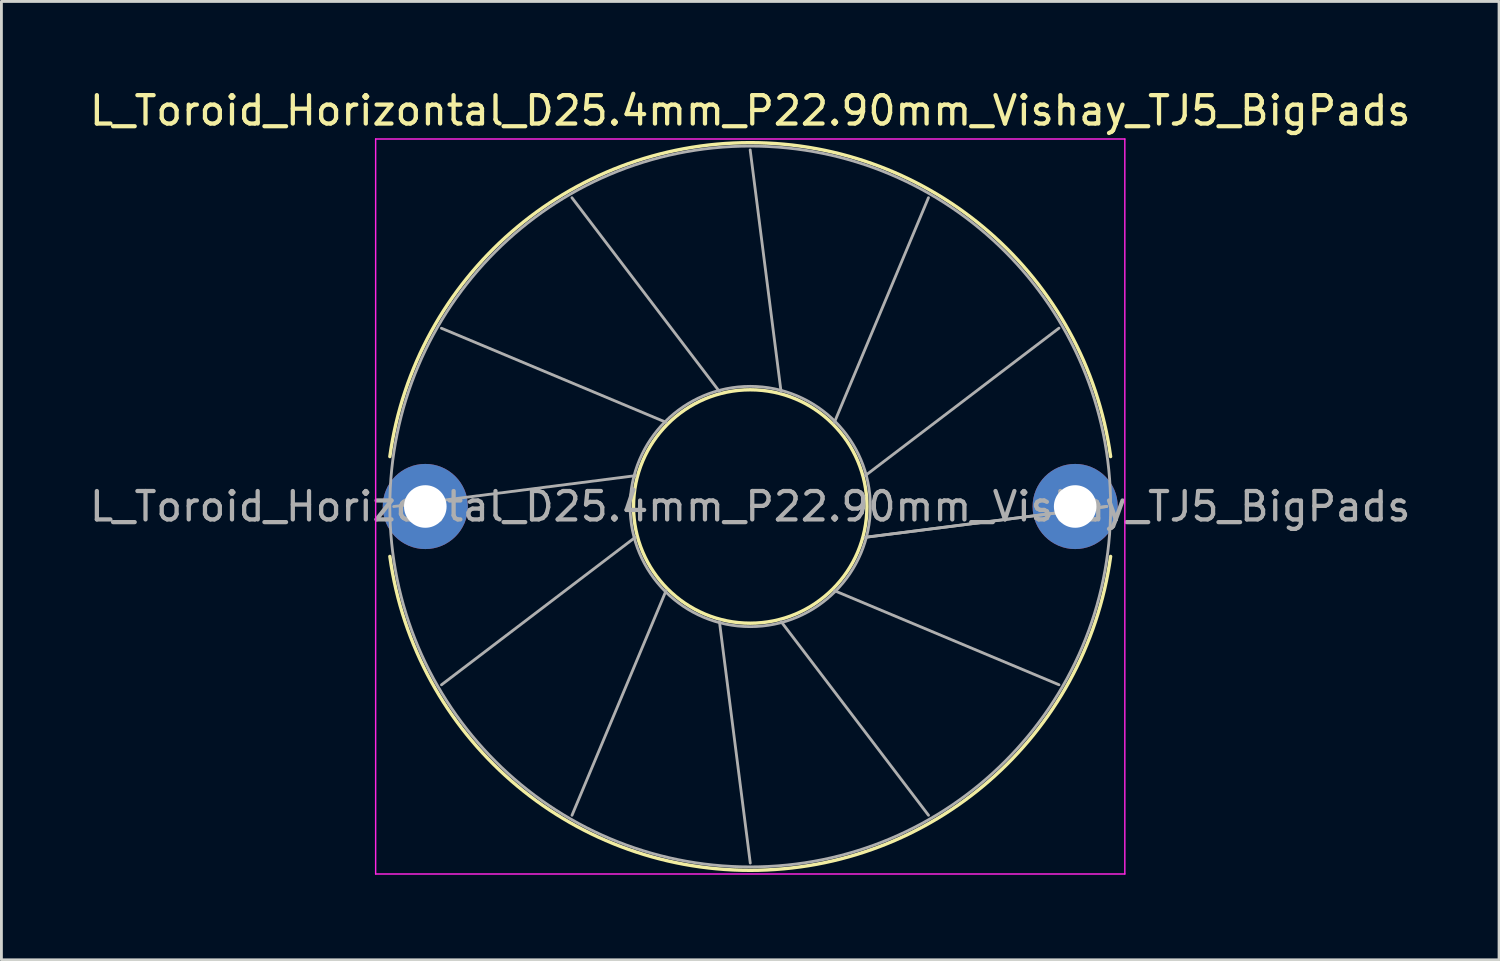
<source format=kicad_pcb>
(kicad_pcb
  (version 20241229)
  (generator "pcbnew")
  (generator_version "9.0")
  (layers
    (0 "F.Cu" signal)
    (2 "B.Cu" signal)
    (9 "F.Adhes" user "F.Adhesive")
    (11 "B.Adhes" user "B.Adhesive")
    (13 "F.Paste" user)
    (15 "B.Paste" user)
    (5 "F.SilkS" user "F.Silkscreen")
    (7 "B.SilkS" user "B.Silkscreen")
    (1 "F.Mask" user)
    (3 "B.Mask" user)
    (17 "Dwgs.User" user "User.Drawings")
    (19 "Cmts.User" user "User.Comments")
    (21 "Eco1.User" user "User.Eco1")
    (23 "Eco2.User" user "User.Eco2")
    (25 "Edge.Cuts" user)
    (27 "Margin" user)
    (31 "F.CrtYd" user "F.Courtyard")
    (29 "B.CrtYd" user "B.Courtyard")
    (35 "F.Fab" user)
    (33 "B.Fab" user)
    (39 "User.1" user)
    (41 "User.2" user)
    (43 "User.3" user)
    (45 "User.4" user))
  (footprint "L_Toroid_Horizontal_D25.4mm_P22.90mm_Vishay_TJ5_BigPads"
    (layer "F.Cu")
    (at 11.937 14.798)
    (property "Reference" "L_Toroid_Horizontal_D25.4mm_P22.90mm_Vishay_TJ5_BigPads" (at 11.45 -13.95 0) (layer "F.SilkS") (effects (font (size 1 1) (thickness 0.15))))
    (attr through_hole)
    (fp_arc (start -1.248614 -1.76) (mid 11.45 -12.82) (end 24.148614 -1.76) (stroke (width 0.12) (type solid)) (layer "F.SilkS"))
    (fp_arc (start 24.148614 1.76) (mid 11.45 12.82) (end -1.248614 1.76) (stroke (width 0.12) (type solid)) (layer "F.SilkS"))
    (fp_circle (center 11.45 0) (end 15.563 0) (stroke (width 0.12) (type solid)) (fill no) (layer "F.SilkS"))
    (fp_line (start -1.75 -12.95) (end -1.75 12.95) (stroke (width 0.05) (type solid)) (layer "F.CrtYd"))
    (fp_line (start -1.75 12.95) (end 24.65 12.95) (stroke (width 0.05) (type solid)) (layer "F.CrtYd"))
    (fp_line (start 24.65 -12.95) (end -1.75 -12.95) (stroke (width 0.05) (type solid)) (layer "F.CrtYd"))
    (fp_line (start 24.65 12.95) (end 24.65 -12.95) (stroke (width 0.05) (type solid)) (layer "F.CrtYd"))
    (fp_line (start -1.114 0.001) (end 7.397 -1.085) (stroke (width 0.1) (type solid)) (layer "F.Fab"))
    (fp_line (start 0.569 -6.281) (end 8.483 -2.966) (stroke (width 0.1) (type solid)) (layer "F.Fab"))
    (fp_line (start 0.57 6.283) (end 7.397 1.086) (stroke (width 0.1) (type solid)) (layer "F.Fab"))
    (fp_line (start 5.167 -10.88) (end 10.364 -4.052) (stroke (width 0.1) (type solid)) (layer "F.Fab"))
    (fp_line (start 5.169 10.881) (end 8.483 2.967) (stroke (width 0.1) (type solid)) (layer "F.Fab"))
    (fp_line (start 11.448 -12.564) (end 12.535 -4.053) (stroke (width 0.1) (type solid)) (layer "F.Fab"))
    (fp_line (start 11.451 12.564) (end 10.364 4.053) (stroke (width 0.1) (type solid)) (layer "F.Fab"))
    (fp_line (start 17.73 -10.881) (end 14.416 -2.967) (stroke (width 0.1) (type solid)) (layer "F.Fab"))
    (fp_line (start 17.732 10.88) (end 12.536 4.053) (stroke (width 0.1) (type solid)) (layer "F.Fab"))
    (fp_line (start 22.329 -6.284) (end 15.502 -1.087) (stroke (width 0.1) (type solid)) (layer "F.Fab"))
    (fp_line (start 22.33 6.282) (end 14.417 2.967) (stroke (width 0.1) (type solid)) (layer "F.Fab"))
    (fp_line (start 24.014 -0.002) (end 15.503 1.085) (stroke (width 0.1) (type solid)) (layer "F.Fab"))
    (fp_line (start 24.014 0) (end 15.503 1.086) (stroke (width 0.1) (type solid)) (layer "F.Fab"))
    (fp_circle (center 11.45 0) (end 15.683 0) (stroke (width 0.1) (type solid)) (fill no) (layer "F.Fab"))
    (fp_circle (center 11.45 0) (end 24.15 0) (stroke (width 0.1) (type solid)) (fill no) (layer "F.Fab"))
    (fp_text user "${REFERENCE}" (at 11.45 0 0) (layer "F.Fab") (effects (font (size 1 1) (thickness 0.15))))
    (pad "1" thru_hole circle (at 0 0) (size 3 3) (drill 1.5) (layers "*.Cu" "*.Mask"))
    (pad "2" thru_hole circle (at 22.9 0) (size 3 3) (drill 1.5) (layers "*.Cu" "*.Mask")))
  (gr_rect
    (start -3 -3)
    (end 49.774 30.773)
    (stroke (width 0.1) (type default))
    (fill no)
    (layer "Edge.Cuts")))
</source>
